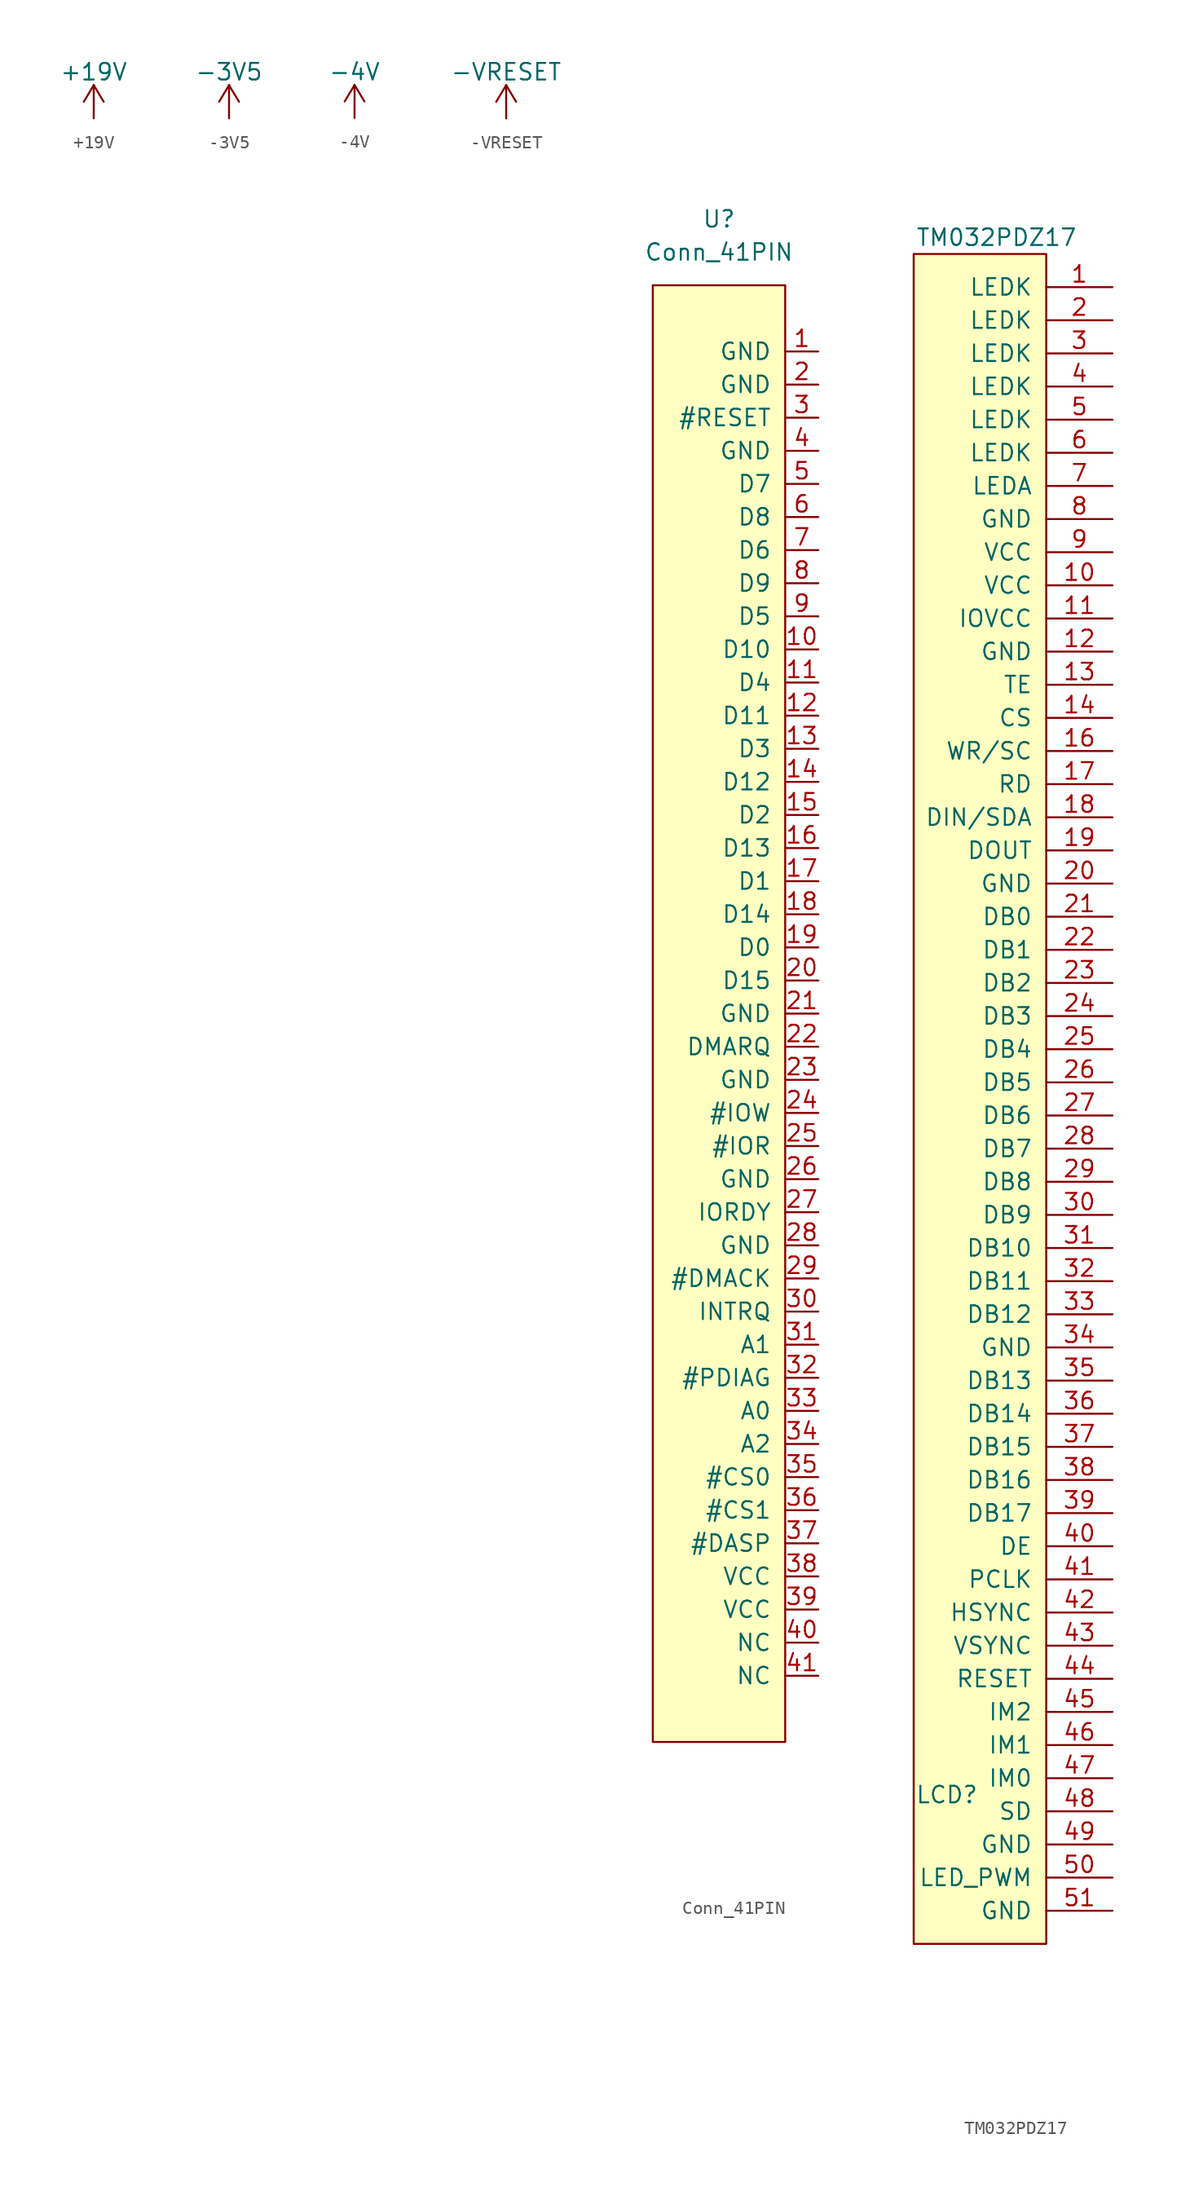
<source format=kicad_sym>
(kicad_symbol_lib
  (version 20210619)
  (generator kicad_symbol_editor)
  (symbol "symbols:+19V"
    (power)
    (pin_names
      (offset 0))
    (property "Reference" "#PWR"
      (at 0 -3.81 0)
      (effects (font (size 1.27 1.27)) hide))
    (property "Value" "+19V"
      (at 0 3.556 0)
      (effects (font (size 1.27 1.27))))
    (symbol "+19V_0_1"
      (polyline (pts (xy -0.762 1.27) (xy 0 2.54)) (stroke (width 0)) (fill (type none)))
      (polyline (pts (xy 0 0) (xy 0 2.54)) (stroke (width 0)) (fill (type none)))
      (polyline (pts (xy 0 2.54) (xy 0.762 1.27)) (stroke (width 0)) (fill (type none))))
    (symbol "+19V_1_1"
      (pin power_in line (at 0 0 90) (length 0) hide (name "+19V" (effects (font (size 1.27 1.27)))) (number "1" (effects (font (size 1.27 1.27)))))))
  (symbol "symbols:-3V5"
    (power)
    (pin_names
      (offset 0))
    (property "Reference" "#PWR"
      (at 0 -3.81 0)
      (effects (font (size 1.27 1.27)) hide))
    (property "Value" "-3V5"
      (at 0 3.556 0)
      (effects (font (size 1.27 1.27))))
    (symbol "-3V5_0_1"
      (polyline (pts (xy -0.762 1.27) (xy 0 2.54)) (stroke (width 0)) (fill (type none)))
      (polyline (pts (xy 0 0) (xy 0 2.54)) (stroke (width 0)) (fill (type none)))
      (polyline (pts (xy 0 2.54) (xy 0.762 1.27)) (stroke (width 0)) (fill (type none))))
    (symbol "-3V5_1_1"
      (pin power_in line (at 0 0 90) (length 0) hide (name "-3V5" (effects (font (size 1.27 1.27)))) (number "1" (effects (font (size 1.27 1.27)))))))
  (symbol "symbols:-4V"
    (power)
    (pin_names
      (offset 0))
    (property "Reference" "#PWR"
      (at 0 -3.81 0)
      (effects (font (size 1.27 1.27)) hide))
    (property "Value" "-4V"
      (at 0 3.556 0)
      (effects (font (size 1.27 1.27))))
    (symbol "-4V_0_1"
      (polyline (pts (xy -0.762 1.27) (xy 0 2.54)) (stroke (width 0)) (fill (type none)))
      (polyline (pts (xy 0 0) (xy 0 2.54)) (stroke (width 0)) (fill (type none)))
      (polyline (pts (xy 0 2.54) (xy 0.762 1.27)) (stroke (width 0)) (fill (type none))))
    (symbol "-4V_1_1"
      (pin power_in line (at 0 0 90) (length 0) hide (name "-4V" (effects (font (size 1.27 1.27)))) (number "1" (effects (font (size 1.27 1.27)))))))
  (symbol "symbols:-VRESET"
    (power)
    (pin_names
      (offset 0))
    (property "Reference" "#PWR"
      (at 0 -3.81 0)
      (effects (font (size 1.27 1.27)) hide))
    (property "Value" "-VRESET"
      (at 0 3.556 0)
      (effects (font (size 1.27 1.27))))
    (symbol "-VRESET_0_1"
      (polyline (pts (xy -0.762 1.27) (xy 0 2.54)) (stroke (width 0)) (fill (type none)))
      (polyline (pts (xy 0 0) (xy 0 2.54)) (stroke (width 0)) (fill (type none)))
      (polyline (pts (xy 0 2.54) (xy 0.762 1.27)) (stroke (width 0)) (fill (type none))))
    (symbol "-VRESET_1_1"
      (pin power_in line (at 0 0 90) (length 0) hide (name "-VRESET" (effects (font (size 1.27 1.27)))) (number "1" (effects (font (size 1.27 1.27)))))))
  (symbol "symbols:Conn_41PIN"
    (pin_names
      (offset 1.016))
    (property "Reference" "U"
      (at 0 0 0)
      (effects (font (size 1.27 1.27))))
    (property "Value" "Conn_41PIN"
      (at 0 -2.54 0)
      (effects (font (size 1.27 1.27))))
    (symbol "Conn_41PIN_0_1"
      (rectangle (start -5.08 -5.08) (end 5.08 -116.84) (stroke (width 0)) (fill (type background))))
    (symbol "Conn_41PIN_1_1"
      (pin input line (at 7.62 -10.16 180) (length 2.54) (name "GND" (effects (font (size 1.27 1.27)))) (number "1" (effects (font (size 1.27 1.27)))))
      (pin input line (at 7.62 -33.02 180) (length 2.54) (name "D10" (effects (font (size 1.27 1.27)))) (number "10" (effects (font (size 1.27 1.27)))))
      (pin input line (at 7.62 -35.56 180) (length 2.54) (name "D4" (effects (font (size 1.27 1.27)))) (number "11" (effects (font (size 1.27 1.27)))))
      (pin input line (at 7.62 -38.1 180) (length 2.54) (name "D11" (effects (font (size 1.27 1.27)))) (number "12" (effects (font (size 1.27 1.27)))))
      (pin input line (at 7.62 -40.64 180) (length 2.54) (name "D3" (effects (font (size 1.27 1.27)))) (number "13" (effects (font (size 1.27 1.27)))))
      (pin input line (at 7.62 -43.18 180) (length 2.54) (name "D12" (effects (font (size 1.27 1.27)))) (number "14" (effects (font (size 1.27 1.27)))))
      (pin input line (at 7.62 -45.72 180) (length 2.54) (name "D2" (effects (font (size 1.27 1.27)))) (number "15" (effects (font (size 1.27 1.27)))))
      (pin input line (at 7.62 -48.26 180) (length 2.54) (name "D13" (effects (font (size 1.27 1.27)))) (number "16" (effects (font (size 1.27 1.27)))))
      (pin input line (at 7.62 -50.8 180) (length 2.54) (name "D1" (effects (font (size 1.27 1.27)))) (number "17" (effects (font (size 1.27 1.27)))))
      (pin input line (at 7.62 -53.34 180) (length 2.54) (name "D14" (effects (font (size 1.27 1.27)))) (number "18" (effects (font (size 1.27 1.27)))))
      (pin input line (at 7.62 -55.88 180) (length 2.54) (name "D0" (effects (font (size 1.27 1.27)))) (number "19" (effects (font (size 1.27 1.27)))))
      (pin input line (at 7.62 -12.7 180) (length 2.54) (name "GND" (effects (font (size 1.27 1.27)))) (number "2" (effects (font (size 1.27 1.27)))))
      (pin input line (at 7.62 -58.42 180) (length 2.54) (name "D15" (effects (font (size 1.27 1.27)))) (number "20" (effects (font (size 1.27 1.27)))))
      (pin input line (at 7.62 -60.96 180) (length 2.54) (name "GND" (effects (font (size 1.27 1.27)))) (number "21" (effects (font (size 1.27 1.27)))))
      (pin input line (at 7.62 -63.5 180) (length 2.54) (name "DMARQ" (effects (font (size 1.27 1.27)))) (number "22" (effects (font (size 1.27 1.27)))))
      (pin input line (at 7.62 -66.04 180) (length 2.54) (name "GND" (effects (font (size 1.27 1.27)))) (number "23" (effects (font (size 1.27 1.27)))))
      (pin input line (at 7.62 -68.58 180) (length 2.54) (name "#IOW" (effects (font (size 1.27 1.27)))) (number "24" (effects (font (size 1.27 1.27)))))
      (pin input line (at 7.62 -71.12 180) (length 2.54) (name "#IOR" (effects (font (size 1.27 1.27)))) (number "25" (effects (font (size 1.27 1.27)))))
      (pin input line (at 7.62 -73.66 180) (length 2.54) (name "GND" (effects (font (size 1.27 1.27)))) (number "26" (effects (font (size 1.27 1.27)))))
      (pin input line (at 7.62 -76.2 180) (length 2.54) (name "IORDY" (effects (font (size 1.27 1.27)))) (number "27" (effects (font (size 1.27 1.27)))))
      (pin input line (at 7.62 -78.74 180) (length 2.54) (name "GND" (effects (font (size 1.27 1.27)))) (number "28" (effects (font (size 1.27 1.27)))))
      (pin input line (at 7.62 -81.28 180) (length 2.54) (name "#DMACK" (effects (font (size 1.27 1.27)))) (number "29" (effects (font (size 1.27 1.27)))))
      (pin input line (at 7.62 -15.24 180) (length 2.54) (name "#RESET" (effects (font (size 1.27 1.27)))) (number "3" (effects (font (size 1.27 1.27)))))
      (pin input line (at 7.62 -83.82 180) (length 2.54) (name "INTRQ" (effects (font (size 1.27 1.27)))) (number "30" (effects (font (size 1.27 1.27)))))
      (pin input line (at 7.62 -86.36 180) (length 2.54) (name "A1" (effects (font (size 1.27 1.27)))) (number "31" (effects (font (size 1.27 1.27)))))
      (pin input line (at 7.62 -88.9 180) (length 2.54) (name "#PDIAG" (effects (font (size 1.27 1.27)))) (number "32" (effects (font (size 1.27 1.27)))))
      (pin input line (at 7.62 -91.44 180) (length 2.54) (name "A0" (effects (font (size 1.27 1.27)))) (number "33" (effects (font (size 1.27 1.27)))))
      (pin input line (at 7.62 -93.98 180) (length 2.54) (name "A2" (effects (font (size 1.27 1.27)))) (number "34" (effects (font (size 1.27 1.27)))))
      (pin input line (at 7.62 -96.52 180) (length 2.54) (name "#CS0" (effects (font (size 1.27 1.27)))) (number "35" (effects (font (size 1.27 1.27)))))
      (pin input line (at 7.62 -99.06 180) (length 2.54) (name "#CS1" (effects (font (size 1.27 1.27)))) (number "36" (effects (font (size 1.27 1.27)))))
      (pin input line (at 7.62 -101.6 180) (length 2.54) (name "#DASP" (effects (font (size 1.27 1.27)))) (number "37" (effects (font (size 1.27 1.27)))))
      (pin input line (at 7.62 -104.14 180) (length 2.54) (name "VCC" (effects (font (size 1.27 1.27)))) (number "38" (effects (font (size 1.27 1.27)))))
      (pin input line (at 7.62 -106.68 180) (length 2.54) (name "VCC" (effects (font (size 1.27 1.27)))) (number "39" (effects (font (size 1.27 1.27)))))
      (pin input line (at 7.62 -17.78 180) (length 2.54) (name "GND" (effects (font (size 1.27 1.27)))) (number "4" (effects (font (size 1.27 1.27)))))
      (pin input line (at 7.62 -109.22 180) (length 2.54) (name "NC" (effects (font (size 1.27 1.27)))) (number "40" (effects (font (size 1.27 1.27)))))
      (pin input line (at 7.62 -111.76 180) (length 2.54) (name "NC" (effects (font (size 1.27 1.27)))) (number "41" (effects (font (size 1.27 1.27)))))
      (pin input line (at 7.62 -20.32 180) (length 2.54) (name "D7" (effects (font (size 1.27 1.27)))) (number "5" (effects (font (size 1.27 1.27)))))
      (pin input line (at 7.62 -22.86 180) (length 2.54) (name "D8" (effects (font (size 1.27 1.27)))) (number "6" (effects (font (size 1.27 1.27)))))
      (pin input line (at 7.62 -25.4 180) (length 2.54) (name "D6" (effects (font (size 1.27 1.27)))) (number "7" (effects (font (size 1.27 1.27)))))
      (pin input line (at 7.62 -27.94 180) (length 2.54) (name "D9" (effects (font (size 1.27 1.27)))) (number "8" (effects (font (size 1.27 1.27)))))
      (pin input line (at 7.62 -30.48 180) (length 2.54) (name "D5" (effects (font (size 1.27 1.27)))) (number "9" (effects (font (size 1.27 1.27)))))))
  (symbol "symbols:TM032PDZ17"
    (pin_names
      (offset 1.016))
    (property "Reference" "LCD"
      (at -2.54 -59.69 0)
      (effects (font (size 1.27 1.27))))
    (property "Value" "TM032PDZ17"
      (at 1.27 59.69 0)
      (effects (font (size 1.27 1.27))))
    (symbol "TM032PDZ17_0_1"
      (rectangle (start -5.08 58.42) (end 5.08 -71.12) (stroke (width 0)) (fill (type background))))
    (symbol "TM032PDZ17_1_1"
      (pin input line (at 10.16 55.88 180) (length 5.08) (name "LEDK" (effects (font (size 1.27 1.27)))) (number "1" (effects (font (size 1.27 1.27)))))
      (pin input line (at 10.16 33.02 180) (length 5.08) (name "VCC" (effects (font (size 1.27 1.27)))) (number "10" (effects (font (size 1.27 1.27)))))
      (pin input line (at 10.16 30.48 180) (length 5.08) (name "IOVCC" (effects (font (size 1.27 1.27)))) (number "11" (effects (font (size 1.27 1.27)))))
      (pin input line (at 10.16 27.94 180) (length 5.08) (name "GND" (effects (font (size 1.27 1.27)))) (number "12" (effects (font (size 1.27 1.27)))))
      (pin input line (at 10.16 25.4 180) (length 5.08) (name "TE" (effects (font (size 1.27 1.27)))) (number "13" (effects (font (size 1.27 1.27)))))
      (pin input line (at 10.16 22.86 180) (length 5.08) (name "CS" (effects (font (size 1.27 1.27)))) (number "14" (effects (font (size 1.27 1.27)))))
      (pin input line (at 10.16 20.32 180) (length 5.08) (name "WR/SC" (effects (font (size 1.27 1.27)))) (number "16" (effects (font (size 1.27 1.27)))))
      (pin input line (at 10.16 17.78 180) (length 5.08) (name "RD" (effects (font (size 1.27 1.27)))) (number "17" (effects (font (size 1.27 1.27)))))
      (pin input line (at 10.16 15.24 180) (length 5.08) (name "DIN/SDA" (effects (font (size 1.27 1.27)))) (number "18" (effects (font (size 1.27 1.27)))))
      (pin input line (at 10.16 12.7 180) (length 5.08) (name "DOUT" (effects (font (size 1.27 1.27)))) (number "19" (effects (font (size 1.27 1.27)))))
      (pin input line (at 10.16 53.34 180) (length 5.08) (name "LEDK" (effects (font (size 1.27 1.27)))) (number "2" (effects (font (size 1.27 1.27)))))
      (pin input line (at 10.16 10.16 180) (length 5.08) (name "GND" (effects (font (size 1.27 1.27)))) (number "20" (effects (font (size 1.27 1.27)))))
      (pin input line (at 10.16 7.62 180) (length 5.08) (name "DB0" (effects (font (size 1.27 1.27)))) (number "21" (effects (font (size 1.27 1.27)))))
      (pin input line (at 10.16 5.08 180) (length 5.08) (name "DB1" (effects (font (size 1.27 1.27)))) (number "22" (effects (font (size 1.27 1.27)))))
      (pin input line (at 10.16 2.54 180) (length 5.08) (name "DB2" (effects (font (size 1.27 1.27)))) (number "23" (effects (font (size 1.27 1.27)))))
      (pin input line (at 10.16 0 180) (length 5.08) (name "DB3" (effects (font (size 1.27 1.27)))) (number "24" (effects (font (size 1.27 1.27)))))
      (pin input line (at 10.16 -2.54 180) (length 5.08) (name "DB4" (effects (font (size 1.27 1.27)))) (number "25" (effects (font (size 1.27 1.27)))))
      (pin input line (at 10.16 -5.08 180) (length 5.08) (name "DB5" (effects (font (size 1.27 1.27)))) (number "26" (effects (font (size 1.27 1.27)))))
      (pin input line (at 10.16 -7.62 180) (length 5.08) (name "DB6" (effects (font (size 1.27 1.27)))) (number "27" (effects (font (size 1.27 1.27)))))
      (pin input line (at 10.16 -10.16 180) (length 5.08) (name "DB7" (effects (font (size 1.27 1.27)))) (number "28" (effects (font (size 1.27 1.27)))))
      (pin input line (at 10.16 -12.7 180) (length 5.08) (name "DB8" (effects (font (size 1.27 1.27)))) (number "29" (effects (font (size 1.27 1.27)))))
      (pin input line (at 10.16 50.8 180) (length 5.08) (name "LEDK" (effects (font (size 1.27 1.27)))) (number "3" (effects (font (size 1.27 1.27)))))
      (pin input line (at 10.16 -15.24 180) (length 5.08) (name "DB9" (effects (font (size 1.27 1.27)))) (number "30" (effects (font (size 1.27 1.27)))))
      (pin input line (at 10.16 -17.78 180) (length 5.08) (name "DB10" (effects (font (size 1.27 1.27)))) (number "31" (effects (font (size 1.27 1.27)))))
      (pin input line (at 10.16 -20.32 180) (length 5.08) (name "DB11" (effects (font (size 1.27 1.27)))) (number "32" (effects (font (size 1.27 1.27)))))
      (pin input line (at 10.16 -22.86 180) (length 5.08) (name "DB12" (effects (font (size 1.27 1.27)))) (number "33" (effects (font (size 1.27 1.27)))))
      (pin input line (at 10.16 -25.4 180) (length 5.08) (name "GND" (effects (font (size 1.27 1.27)))) (number "34" (effects (font (size 1.27 1.27)))))
      (pin input line (at 10.16 -27.94 180) (length 5.08) (name "DB13" (effects (font (size 1.27 1.27)))) (number "35" (effects (font (size 1.27 1.27)))))
      (pin input line (at 10.16 -30.48 180) (length 5.08) (name "DB14" (effects (font (size 1.27 1.27)))) (number "36" (effects (font (size 1.27 1.27)))))
      (pin input line (at 10.16 -33.02 180) (length 5.08) (name "DB15" (effects (font (size 1.27 1.27)))) (number "37" (effects (font (size 1.27 1.27)))))
      (pin input line (at 10.16 -35.56 180) (length 5.08) (name "DB16" (effects (font (size 1.27 1.27)))) (number "38" (effects (font (size 1.27 1.27)))))
      (pin input line (at 10.16 -38.1 180) (length 5.08) (name "DB17" (effects (font (size 1.27 1.27)))) (number "39" (effects (font (size 1.27 1.27)))))
      (pin input line (at 10.16 48.26 180) (length 5.08) (name "LEDK" (effects (font (size 1.27 1.27)))) (number "4" (effects (font (size 1.27 1.27)))))
      (pin input line (at 10.16 -40.64 180) (length 5.08) (name "DE" (effects (font (size 1.27 1.27)))) (number "40" (effects (font (size 1.27 1.27)))))
      (pin input line (at 10.16 -43.18 180) (length 5.08) (name "PCLK" (effects (font (size 1.27 1.27)))) (number "41" (effects (font (size 1.27 1.27)))))
      (pin input line (at 10.16 -45.72 180) (length 5.08) (name "HSYNC" (effects (font (size 1.27 1.27)))) (number "42" (effects (font (size 1.27 1.27)))))
      (pin input line (at 10.16 -48.26 180) (length 5.08) (name "VSYNC" (effects (font (size 1.27 1.27)))) (number "43" (effects (font (size 1.27 1.27)))))
      (pin input line (at 10.16 -50.8 180) (length 5.08) (name "RESET" (effects (font (size 1.27 1.27)))) (number "44" (effects (font (size 1.27 1.27)))))
      (pin input line (at 10.16 -53.34 180) (length 5.08) (name "IM2" (effects (font (size 1.27 1.27)))) (number "45" (effects (font (size 1.27 1.27)))))
      (pin input line (at 10.16 -55.88 180) (length 5.08) (name "IM1" (effects (font (size 1.27 1.27)))) (number "46" (effects (font (size 1.27 1.27)))))
      (pin input line (at 10.16 -58.42 180) (length 5.08) (name "IM0" (effects (font (size 1.27 1.27)))) (number "47" (effects (font (size 1.27 1.27)))))
      (pin input line (at 10.16 -60.96 180) (length 5.08) (name "SD" (effects (font (size 1.27 1.27)))) (number "48" (effects (font (size 1.27 1.27)))))
      (pin input line (at 10.16 -63.5 180) (length 5.08) (name "GND" (effects (font (size 1.27 1.27)))) (number "49" (effects (font (size 1.27 1.27)))))
      (pin input line (at 10.16 45.72 180) (length 5.08) (name "LEDK" (effects (font (size 1.27 1.27)))) (number "5" (effects (font (size 1.27 1.27)))))
      (pin input line (at 10.16 -66.04 180) (length 5.08) (name "LED_PWM" (effects (font (size 1.27 1.27)))) (number "50" (effects (font (size 1.27 1.27)))))
      (pin input line (at 10.16 -68.58 180) (length 5.08) (name "GND" (effects (font (size 1.27 1.27)))) (number "51" (effects (font (size 1.27 1.27)))))
      (pin input line (at 10.16 43.18 180) (length 5.08) (name "LEDK" (effects (font (size 1.27 1.27)))) (number "6" (effects (font (size 1.27 1.27)))))
      (pin input line (at 10.16 40.64 180) (length 5.08) (name "LEDA" (effects (font (size 1.27 1.27)))) (number "7" (effects (font (size 1.27 1.27)))))
      (pin input line (at 10.16 38.1 180) (length 5.08) (name "GND" (effects (font (size 1.27 1.27)))) (number "8" (effects (font (size 1.27 1.27)))))
      (pin input line (at 10.16 35.56 180) (length 5.08) (name "VCC" (effects (font (size 1.27 1.27)))) (number "9" (effects (font (size 1.27 1.27))))))))
</source>
